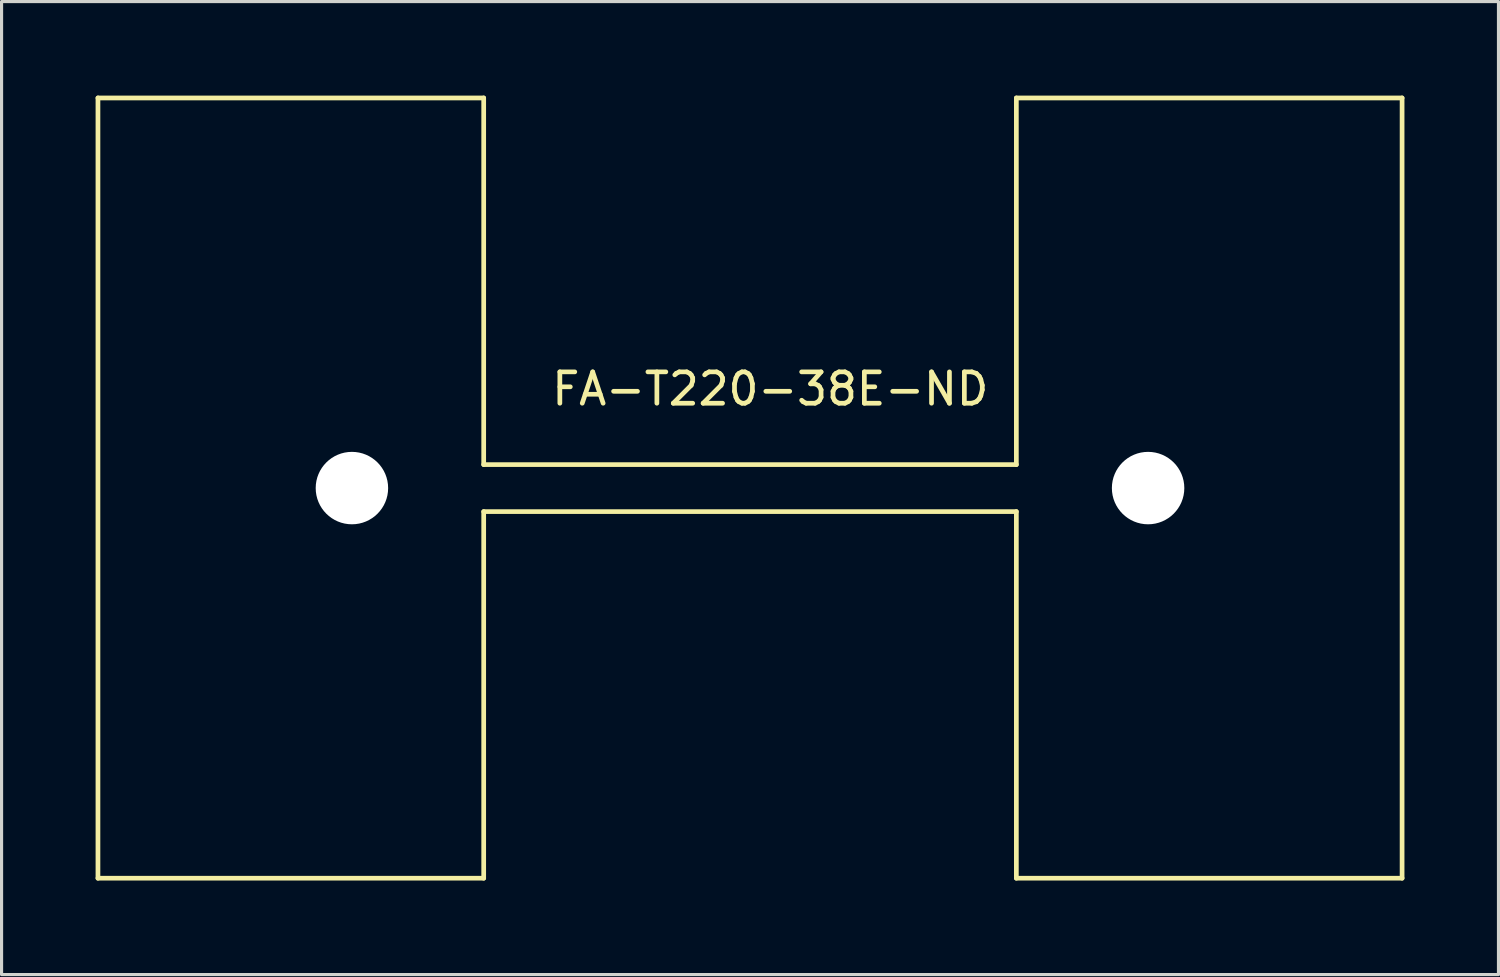
<source format=kicad_pcb>
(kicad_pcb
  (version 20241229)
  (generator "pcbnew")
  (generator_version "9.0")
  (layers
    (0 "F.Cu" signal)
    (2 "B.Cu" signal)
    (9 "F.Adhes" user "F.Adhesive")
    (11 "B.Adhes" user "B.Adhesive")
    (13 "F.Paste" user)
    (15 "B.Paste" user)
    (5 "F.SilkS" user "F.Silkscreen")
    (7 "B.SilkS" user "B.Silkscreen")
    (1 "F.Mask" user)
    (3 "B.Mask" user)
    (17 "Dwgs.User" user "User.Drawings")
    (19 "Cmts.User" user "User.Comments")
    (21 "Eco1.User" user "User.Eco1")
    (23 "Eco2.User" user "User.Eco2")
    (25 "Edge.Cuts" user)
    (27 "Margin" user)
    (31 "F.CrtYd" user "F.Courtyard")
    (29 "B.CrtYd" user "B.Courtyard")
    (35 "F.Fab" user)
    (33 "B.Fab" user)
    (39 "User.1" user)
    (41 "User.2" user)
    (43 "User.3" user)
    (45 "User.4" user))
  (footprint "FA-T220-38E-ND"
    (layer "F.Cu")
    (at 20.89 12.534)
    (property "Reference" "FA-T220-38E-ND" (at 0.635 -3.175 0) (layer "F.SilkS") (effects (font (size 1 1) (thickness 0.15))))
    (attr through_hole)
    (fp_line (start -20.815 -12.459) (end -20.815 12.433) (stroke (width 0.15) (type solid)) (layer "F.SilkS"))
    (fp_line (start -20.815 -12.459) (end -8.509 -12.459) (stroke (width 0.15) (type solid)) (layer "F.SilkS"))
    (fp_line (start -20.815 12.433) (end -8.509 12.433) (stroke (width 0.15) (type solid)) (layer "F.SilkS"))
    (fp_line (start -8.509 -0.762) (end -8.509 -12.459) (stroke (width 0.15) (type solid)) (layer "F.SilkS"))
    (fp_line (start -8.509 -0.762) (end 8.484 -0.762) (stroke (width 0.15) (type solid)) (layer "F.SilkS"))
    (fp_line (start -8.509 0.737) (end 8.484 0.737) (stroke (width 0.15) (type solid)) (layer "F.SilkS"))
    (fp_line (start -8.509 12.433) (end -8.509 0.737) (stroke (width 0.15) (type solid)) (layer "F.SilkS"))
    (fp_line (start 8.484 -12.459) (end 20.79 -12.459) (stroke (width 0.15) (type solid)) (layer "F.SilkS"))
    (fp_line (start 8.484 -0.762) (end 8.484 -12.459) (stroke (width 0.15) (type solid)) (layer "F.SilkS"))
    (fp_line (start 8.484 12.433) (end 8.484 0.737) (stroke (width 0.15) (type solid)) (layer "F.SilkS"))
    (fp_line (start 8.484 12.433) (end 20.79 12.433) (stroke (width 0.15) (type solid)) (layer "F.SilkS"))
    (fp_line (start 20.79 12.433) (end 20.79 -12.459) (stroke (width 0.15) (type solid)) (layer "F.SilkS"))
    (pad "" np_thru_hole circle (at -12.713 -0.013) (size 2.311 2.311) (drill 2.311) (layers "*.Cu" "*.Mask"))
    (pad "" np_thru_hole circle (at 12.687 -0.013) (size 2.311 2.311) (drill 2.311) (layers "*.Cu" "*.Mask")))
  (gr_rect
    (start -3 -3)
    (end 44.755 28.042)
    (stroke (width 0.1) (type default))
    (fill no)
    (layer "Edge.Cuts")))
</source>
